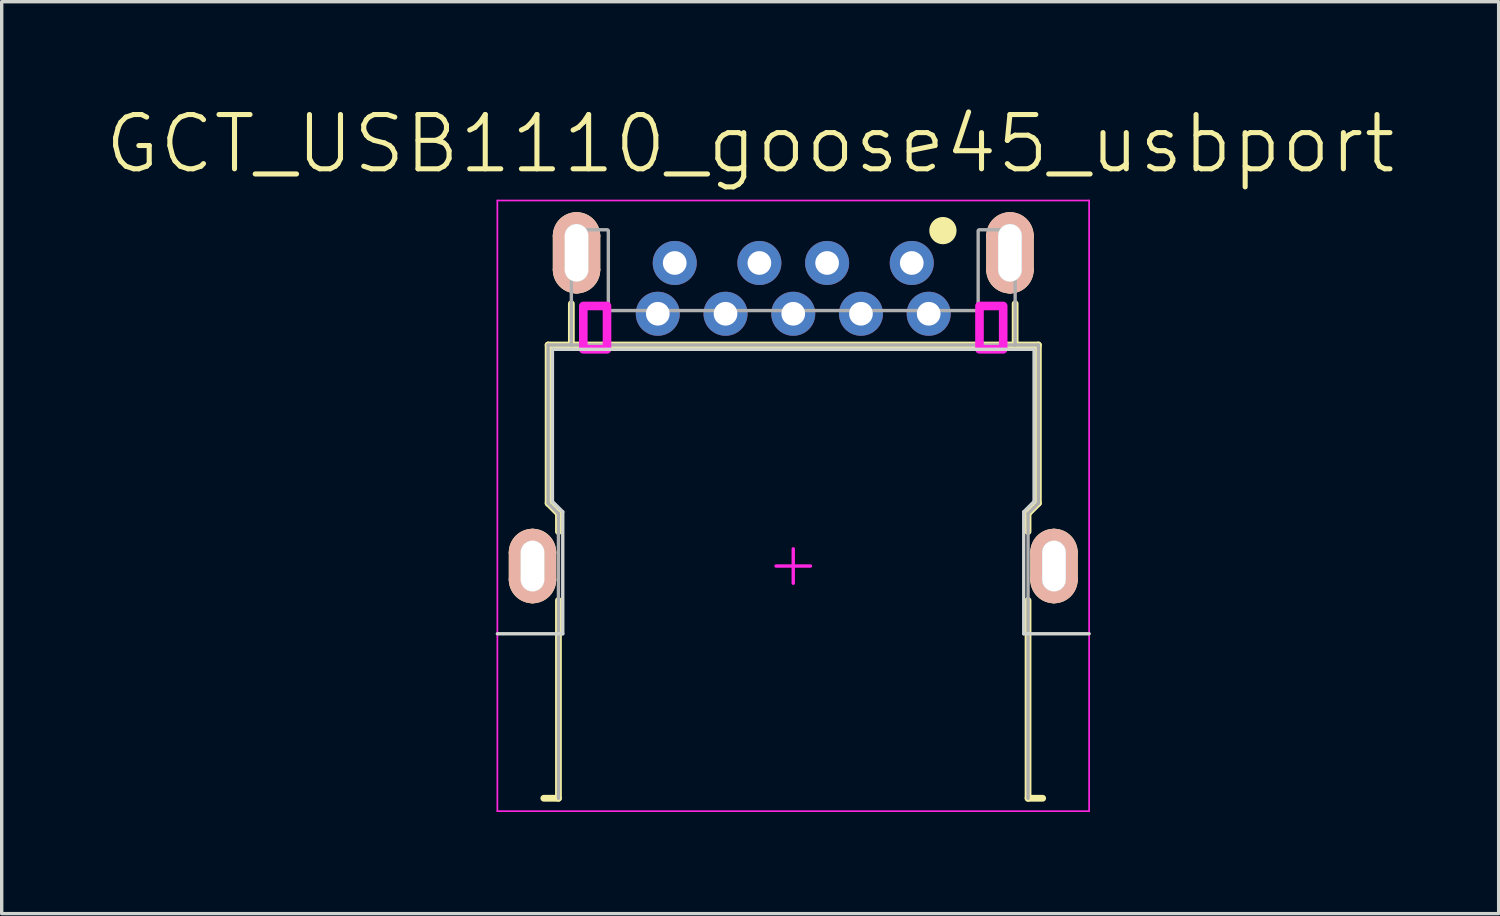
<source format=kicad_pcb>
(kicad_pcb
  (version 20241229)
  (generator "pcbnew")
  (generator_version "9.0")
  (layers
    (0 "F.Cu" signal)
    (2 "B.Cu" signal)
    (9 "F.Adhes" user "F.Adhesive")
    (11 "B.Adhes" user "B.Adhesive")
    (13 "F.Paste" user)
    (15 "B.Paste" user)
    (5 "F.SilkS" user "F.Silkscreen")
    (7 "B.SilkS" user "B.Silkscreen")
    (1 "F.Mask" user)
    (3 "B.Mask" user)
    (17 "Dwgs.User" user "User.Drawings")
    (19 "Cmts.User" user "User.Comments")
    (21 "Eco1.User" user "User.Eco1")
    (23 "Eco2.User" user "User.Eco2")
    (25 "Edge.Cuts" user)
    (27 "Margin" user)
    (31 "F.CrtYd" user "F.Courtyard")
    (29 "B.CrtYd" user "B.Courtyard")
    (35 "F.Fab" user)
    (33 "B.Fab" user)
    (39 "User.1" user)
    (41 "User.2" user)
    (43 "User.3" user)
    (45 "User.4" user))
  (footprint "GCT_USB1110_goose45_usbport"
    (layer "F.Cu")
    (at 20.376 13.666)
    (property "Reference" "GCT_USB1110_goose45_usbport" (at -1.272 -12.465 0) (layer "F.SilkS") (effects (font (size 1.603 1.603) (thickness 0.15))))
    (attr through_hole)
    (fp_line (start -8.225 0.4) (end -8.225 -0.4) (stroke (width 0.35) (type solid)) (layer "F.SilkS"))
    (fp_line (start -7.366 6.858) (end -6.934 6.858) (stroke (width 0.2) (type solid)) (layer "F.SilkS"))
    (fp_line (start -7.239 -6.528) (end -6.553 -6.528) (stroke (width 0.2) (type solid)) (layer "F.SilkS"))
    (fp_line (start -7.239 -1.854) (end -7.239 -6.528) (stroke (width 0.2) (type solid)) (layer "F.SilkS"))
    (fp_line (start -7.239 -1.854) (end -6.934 -1.549) (stroke (width 0.2) (type solid)) (layer "F.SilkS"))
    (fp_line (start -7.175 -0.4) (end -7.175 0.4) (stroke (width 0.35) (type solid)) (layer "F.SilkS"))
    (fp_line (start -6.934 -1.016) (end -6.934 -1.549) (stroke (width 0.2) (type solid)) (layer "F.SilkS"))
    (fp_line (start -6.934 6.858) (end -6.934 1.016) (stroke (width 0.2) (type solid)) (layer "F.SilkS"))
    (fp_line (start -6.925 -8.75) (end -6.925 -9.75) (stroke (width 0.35) (type solid)) (layer "F.SilkS"))
    (fp_line (start -6.553 -6.528) (end -6.553 -7.747) (stroke (width 0.2) (type solid)) (layer "F.SilkS"))
    (fp_line (start -6.553 -6.528) (end 6.553 -6.528) (stroke (width 0.2) (type solid)) (layer "F.SilkS"))
    (fp_line (start -5.875 -9.75) (end -5.875 -8.75) (stroke (width 0.35) (type solid)) (layer "F.SilkS"))
    (fp_line (start 5.875 -8.75) (end 5.875 -9.75) (stroke (width 0.35) (type solid)) (layer "F.SilkS"))
    (fp_line (start 6.553 -6.528) (end 6.553 -7.747) (stroke (width 0.2) (type solid)) (layer "F.SilkS"))
    (fp_line (start 6.553 -6.528) (end 7.239 -6.528) (stroke (width 0.2) (type solid)) (layer "F.SilkS"))
    (fp_line (start 6.925 -9.75) (end 6.925 -8.75) (stroke (width 0.35) (type solid)) (layer "F.SilkS"))
    (fp_line (start 6.934 -1.549) (end 7.239 -1.854) (stroke (width 0.2) (type solid)) (layer "F.SilkS"))
    (fp_line (start 6.934 -1.016) (end 6.934 -1.549) (stroke (width 0.2) (type solid)) (layer "F.SilkS"))
    (fp_line (start 6.934 6.858) (end 6.934 1.016) (stroke (width 0.2) (type solid)) (layer "F.SilkS"))
    (fp_line (start 6.934 6.858) (end 7.366 6.858) (stroke (width 0.2) (type solid)) (layer "F.SilkS"))
    (fp_line (start 7.175 0.4) (end 7.175 -0.4) (stroke (width 0.35) (type solid)) (layer "F.SilkS"))
    (fp_line (start 7.239 -1.854) (end 7.239 -6.528) (stroke (width 0.2) (type solid)) (layer "F.SilkS"))
    (fp_line (start 8.225 -0.4) (end 8.225 0.4) (stroke (width 0.35) (type solid)) (layer "F.SilkS"))
    (fp_arc (start -8.225 -0.4) (mid -8.071231 -0.771231) (end -7.7 -0.925) (stroke (width 0.35) (type solid)) (layer "F.SilkS"))
    (fp_arc (start -7.7 -0.925) (mid -7.328769 -0.771231) (end -7.175 -0.4) (stroke (width 0.35) (type solid)) (layer "F.SilkS"))
    (fp_arc (start -7.7 0.925) (mid -8.071231 0.771231) (end -8.225 0.4) (stroke (width 0.35) (type solid)) (layer "F.SilkS"))
    (fp_arc (start -7.175 0.4) (mid -7.328769 0.771231) (end -7.7 0.925) (stroke (width 0.35) (type solid)) (layer "F.SilkS"))
    (fp_arc (start -6.925 -9.75) (mid -6.771231 -10.121231) (end -6.4 -10.275) (stroke (width 0.35) (type solid)) (layer "F.SilkS"))
    (fp_arc (start -6.4 -10.275) (mid -6.028769 -10.121231) (end -5.875 -9.75) (stroke (width 0.35) (type solid)) (layer "F.SilkS"))
    (fp_arc (start -6.4 -8.225) (mid -6.771231 -8.378769) (end -6.925 -8.75) (stroke (width 0.35) (type solid)) (layer "F.SilkS"))
    (fp_arc (start -5.875 -8.75) (mid -6.028769 -8.378769) (end -6.4 -8.225) (stroke (width 0.35) (type solid)) (layer "F.SilkS"))
    (fp_arc (start 5.875 -9.75) (mid 6.028769 -10.121231) (end 6.4 -10.275) (stroke (width 0.35) (type solid)) (layer "F.SilkS"))
    (fp_arc (start 6.4 -10.275) (mid 6.771231 -10.121231) (end 6.925 -9.75) (stroke (width 0.35) (type solid)) (layer "F.SilkS"))
    (fp_arc (start 6.4 -8.225) (mid 6.028769 -8.378769) (end 5.875 -8.75) (stroke (width 0.35) (type solid)) (layer "F.SilkS"))
    (fp_arc (start 6.925 -8.75) (mid 6.771231 -8.378769) (end 6.4 -8.225) (stroke (width 0.35) (type solid)) (layer "F.SilkS"))
    (fp_arc (start 7.175 -0.4) (mid 7.328769 -0.771231) (end 7.7 -0.925) (stroke (width 0.35) (type solid)) (layer "F.SilkS"))
    (fp_arc (start 7.7 -0.925) (mid 8.071231 -0.771231) (end 8.225 -0.4) (stroke (width 0.35) (type solid)) (layer "F.SilkS"))
    (fp_arc (start 7.7 0.925) (mid 7.328769 0.771231) (end 7.175 0.4) (stroke (width 0.35) (type solid)) (layer "F.SilkS"))
    (fp_arc (start 8.225 0.4) (mid 8.071231 0.771231) (end 7.7 0.925) (stroke (width 0.35) (type solid)) (layer "F.SilkS"))
    (fp_circle (center 4.42 -9.906) (end 4.623 -9.906) (stroke (width 0.4) (type solid)) (fill no) (layer "F.SilkS"))
    (fp_line (start -8.225 0.4) (end -8.225 -0.4) (stroke (width 0.35) (type solid)) (layer "B.SilkS"))
    (fp_line (start -7.175 -0.4) (end -7.175 0.4) (stroke (width 0.35) (type solid)) (layer "B.SilkS"))
    (fp_line (start -6.925 -8.75) (end -6.925 -9.75) (stroke (width 0.35) (type solid)) (layer "B.SilkS"))
    (fp_line (start -5.875 -9.75) (end -5.875 -8.75) (stroke (width 0.35) (type solid)) (layer "B.SilkS"))
    (fp_line (start 5.875 -8.75) (end 5.875 -9.75) (stroke (width 0.35) (type solid)) (layer "B.SilkS"))
    (fp_line (start 6.925 -9.75) (end 6.925 -8.75) (stroke (width 0.35) (type solid)) (layer "B.SilkS"))
    (fp_line (start 7.175 0.4) (end 7.175 -0.4) (stroke (width 0.35) (type solid)) (layer "B.SilkS"))
    (fp_line (start 8.225 -0.4) (end 8.225 0.4) (stroke (width 0.35) (type solid)) (layer "B.SilkS"))
    (fp_arc (start -8.225 -0.4) (mid -8.071231 -0.771231) (end -7.7 -0.925) (stroke (width 0.35) (type solid)) (layer "B.SilkS"))
    (fp_arc (start -7.7 -0.925) (mid -7.328769 -0.771231) (end -7.175 -0.4) (stroke (width 0.35) (type solid)) (layer "B.SilkS"))
    (fp_arc (start -7.7 0.925) (mid -8.071231 0.771231) (end -8.225 0.4) (stroke (width 0.35) (type solid)) (layer "B.SilkS"))
    (fp_arc (start -7.175 0.4) (mid -7.328769 0.771231) (end -7.7 0.925) (stroke (width 0.35) (type solid)) (layer "B.SilkS"))
    (fp_arc (start -6.925 -9.75) (mid -6.771231 -10.121231) (end -6.4 -10.275) (stroke (width 0.35) (type solid)) (layer "B.SilkS"))
    (fp_arc (start -6.4 -10.275) (mid -6.028769 -10.121231) (end -5.875 -9.75) (stroke (width 0.35) (type solid)) (layer "B.SilkS"))
    (fp_arc (start -6.4 -8.225) (mid -6.771231 -8.378769) (end -6.925 -8.75) (stroke (width 0.35) (type solid)) (layer "B.SilkS"))
    (fp_arc (start -5.875 -8.75) (mid -6.028769 -8.378769) (end -6.4 -8.225) (stroke (width 0.35) (type solid)) (layer "B.SilkS"))
    (fp_arc (start 5.875 -9.75) (mid 6.028769 -10.121231) (end 6.4 -10.275) (stroke (width 0.35) (type solid)) (layer "B.SilkS"))
    (fp_arc (start 6.4 -10.275) (mid 6.771231 -10.121231) (end 6.925 -9.75) (stroke (width 0.35) (type solid)) (layer "B.SilkS"))
    (fp_arc (start 6.4 -8.225) (mid 6.028769 -8.378769) (end 5.875 -8.75) (stroke (width 0.35) (type solid)) (layer "B.SilkS"))
    (fp_arc (start 6.925 -8.75) (mid 6.771231 -8.378769) (end 6.4 -8.225) (stroke (width 0.35) (type solid)) (layer "B.SilkS"))
    (fp_arc (start 7.175 -0.4) (mid 7.328769 -0.771231) (end 7.7 -0.925) (stroke (width 0.35) (type solid)) (layer "B.SilkS"))
    (fp_arc (start 7.7 -0.925) (mid 8.071231 -0.771231) (end 8.225 -0.4) (stroke (width 0.35) (type solid)) (layer "B.SilkS"))
    (fp_arc (start 7.7 0.925) (mid 7.328769 0.771231) (end 7.175 0.4) (stroke (width 0.35) (type solid)) (layer "B.SilkS"))
    (fp_arc (start 8.225 0.4) (mid 8.071231 0.771231) (end 7.7 0.925) (stroke (width 0.35) (type solid)) (layer "B.SilkS"))
    (fp_line (start -7.175 -0.4) (end -7.175 0.4) (stroke (width 0.35) (type solid)) (layer "F.Paste"))
    (fp_line (start -7.175 -0.4) (end -7.175 0.4) (stroke (width 0.35) (type solid)) (layer "B.Paste"))
    (fp_line (start -7.112 -6.401) (end 7.112 -6.401) (stroke (width 0.1) (type solid)) (layer "Edge.Cuts"))
    (fp_line (start -7.112 -1.905) (end -7.112 -6.401) (stroke (width 0.1) (type solid)) (layer "Edge.Cuts"))
    (fp_line (start -7.112 -1.905) (end -6.807 -1.6) (stroke (width 0.1) (type solid)) (layer "Edge.Cuts"))
    (fp_line (start -6.807 2) (end -8.738 2) (stroke (width 0.1) (type solid)) (layer "Edge.Cuts"))
    (fp_line (start -6.807 2) (end -6.807 -1.6) (stroke (width 0.1) (type solid)) (layer "Edge.Cuts"))
    (fp_line (start 6.807 -1.6) (end 7.112 -1.905) (stroke (width 0.1) (type solid)) (layer "Edge.Cuts"))
    (fp_line (start 6.807 2) (end 6.807 -1.6) (stroke (width 0.1) (type solid)) (layer "Edge.Cuts"))
    (fp_line (start 6.807 2) (end 8.738 2) (stroke (width 0.1) (type solid)) (layer "Edge.Cuts"))
    (fp_line (start 7.112 -1.905) (end 7.112 -6.401) (stroke (width 0.1) (type solid)) (layer "Edge.Cuts"))
    (fp_line (start -8.738 -10.795) (end 8.738 -10.795) (stroke (width 0.05) (type solid)) (layer "F.CrtYd"))
    (fp_line (start -8.738 7.239) (end -8.738 -10.795) (stroke (width 0.05) (type solid)) (layer "F.CrtYd"))
    (fp_line (start -8.738 7.239) (end 8.738 7.239) (stroke (width 0.05) (type solid)) (layer "F.CrtYd"))
    (fp_line (start -0.508 0) (end 0.508 0) (stroke (width 0.1) (type solid)) (layer "F.CrtYd"))
    (fp_line (start 0 0.508) (end 0 -0.508) (stroke (width 0.1) (type solid)) (layer "F.CrtYd"))
    (fp_line (start 8.738 7.239) (end 8.738 -10.795) (stroke (width 0.05) (type solid)) (layer "F.CrtYd"))
    (fp_poly (pts (xy -6.2 -6.4) (xy -5.5 -6.4) (xy -5.5 -7.68) (xy -6.2 -7.68)) (stroke (width 0.254) (type solid)) (fill no) (layer "F.CrtYd"))
    (fp_poly (pts (xy 5.5 -6.4) (xy 6.2 -6.4) (xy 6.2 -7.68) (xy 5.5 -7.68)) (stroke (width 0.254) (type solid)) (fill no) (layer "F.CrtYd"))
    (fp_line (start -7.239 -6.528) (end -6.553 -6.528) (stroke (width 0.1) (type solid)) (layer "F.Fab"))
    (fp_line (start -7.239 -1.854) (end -7.239 -6.528) (stroke (width 0.1) (type solid)) (layer "F.Fab"))
    (fp_line (start -7.239 -1.854) (end -6.934 -1.549) (stroke (width 0.1) (type solid)) (layer "F.Fab"))
    (fp_line (start -6.934 6.858) (end -6.934 -1.549) (stroke (width 0.1) (type solid)) (layer "F.Fab"))
    (fp_line (start -6.553 -9.931) (end -5.486 -9.931) (stroke (width 0.1) (type solid)) (layer "F.Fab"))
    (fp_line (start -6.553 -6.528) (end -6.553 -9.931) (stroke (width 0.1) (type solid)) (layer "F.Fab"))
    (fp_line (start -6.553 -6.528) (end 6.553 -6.528) (stroke (width 0.1) (type solid)) (layer "F.Fab"))
    (fp_line (start -5.461 -7.544) (end -5.461 -9.906) (stroke (width 0.1) (type solid)) (layer "F.Fab"))
    (fp_line (start -5.461 -7.544) (end 5.461 -7.544) (stroke (width 0.1) (type solid)) (layer "F.Fab"))
    (fp_line (start 5.461 -7.544) (end 5.461 -9.906) (stroke (width 0.1) (type solid)) (layer "F.Fab"))
    (fp_line (start 5.486 -9.931) (end 6.553 -9.931) (stroke (width 0.1) (type solid)) (layer "F.Fab"))
    (fp_line (start 6.553 -6.528) (end 6.553 -9.931) (stroke (width 0.1) (type solid)) (layer "F.Fab"))
    (fp_line (start 6.553 -6.528) (end 7.239 -6.528) (stroke (width 0.1) (type solid)) (layer "F.Fab"))
    (fp_line (start 6.934 -1.549) (end 7.239 -1.854) (stroke (width 0.1) (type solid)) (layer "F.Fab"))
    (fp_line (start 6.934 6.858) (end 6.934 -1.549) (stroke (width 0.1) (type solid)) (layer "F.Fab"))
    (fp_line (start 7.239 -1.854) (end 7.239 -6.528) (stroke (width 0.1) (type solid)) (layer "F.Fab"))
    (pad "1" thru_hole circle (at 3.5 -8.95) (size 1.3 1.3) (drill 0.7) (layers "*.Cu" "*.Mask"))
    (pad "2" thru_hole circle (at 1 -8.95) (size 1.3 1.3) (drill 0.7) (layers "*.Cu" "*.Mask"))
    (pad "3" thru_hole circle (at -1 -8.95) (size 1.3 1.3) (drill 0.7) (layers "*.Cu" "*.Mask"))
    (pad "4" thru_hole circle (at -3.5 -8.95) (size 1.3 1.3) (drill 0.7) (layers "*.Cu" "*.Mask"))
    (pad "5" thru_hole circle (at -4 -7.45) (size 1.3 1.3) (drill 0.7) (layers "*.Cu" "*.Mask"))
    (pad "6" thru_hole circle (at -2 -7.45) (size 1.3 1.3) (drill 0.7) (layers "*.Cu" "*.Mask"))
    (pad "7" thru_hole circle (at 0 -7.45) (size 1.3 1.3) (drill 0.7) (layers "*.Cu" "*.Mask"))
    (pad "8" thru_hole circle (at 2 -7.45) (size 1.3 1.3) (drill 0.7) (layers "*.Cu" "*.Mask"))
    (pad "9" thru_hole circle (at 4 -7.45) (size 1.3 1.3) (drill 0.7) (layers "*.Cu" "*.Mask"))
    (pad "10" thru_hole oval (at -6.4 -9.25) (size 1.3 2.3) (drill oval 0.7 1.7) (layers "*.Cu" "*.Mask"))
    (pad "10" smd rect (at 6.22 -10.16) (size 0.1 0.1) (layers "F.Cu"))
    (pad "11" smd rect (at -6.27 -10.17) (size 0.1 0.1) (layers "F.Cu"))
    (pad "11" thru_hole oval (at 6.4 -9.25) (size 1.3 2.3) (drill oval 0.7 1.7) (layers "*.Cu" "*.Mask"))
    (pad "12" thru_hole oval (at -7.7 0) (size 1.3 2.1) (drill oval 0.7 1.5) (layers "*.Cu" "*.Mask"))
    (pad "13" thru_hole oval (at 7.7 0) (size 1.3 2.1) (drill oval 0.7 1.5) (layers "*.Cu" "*.Mask")))
  (gr_rect
    (start -3 -3)
    (end 41.208 23.93)
    (stroke (width 0.1) (type default))
    (fill no)
    (layer "Edge.Cuts")))
</source>
